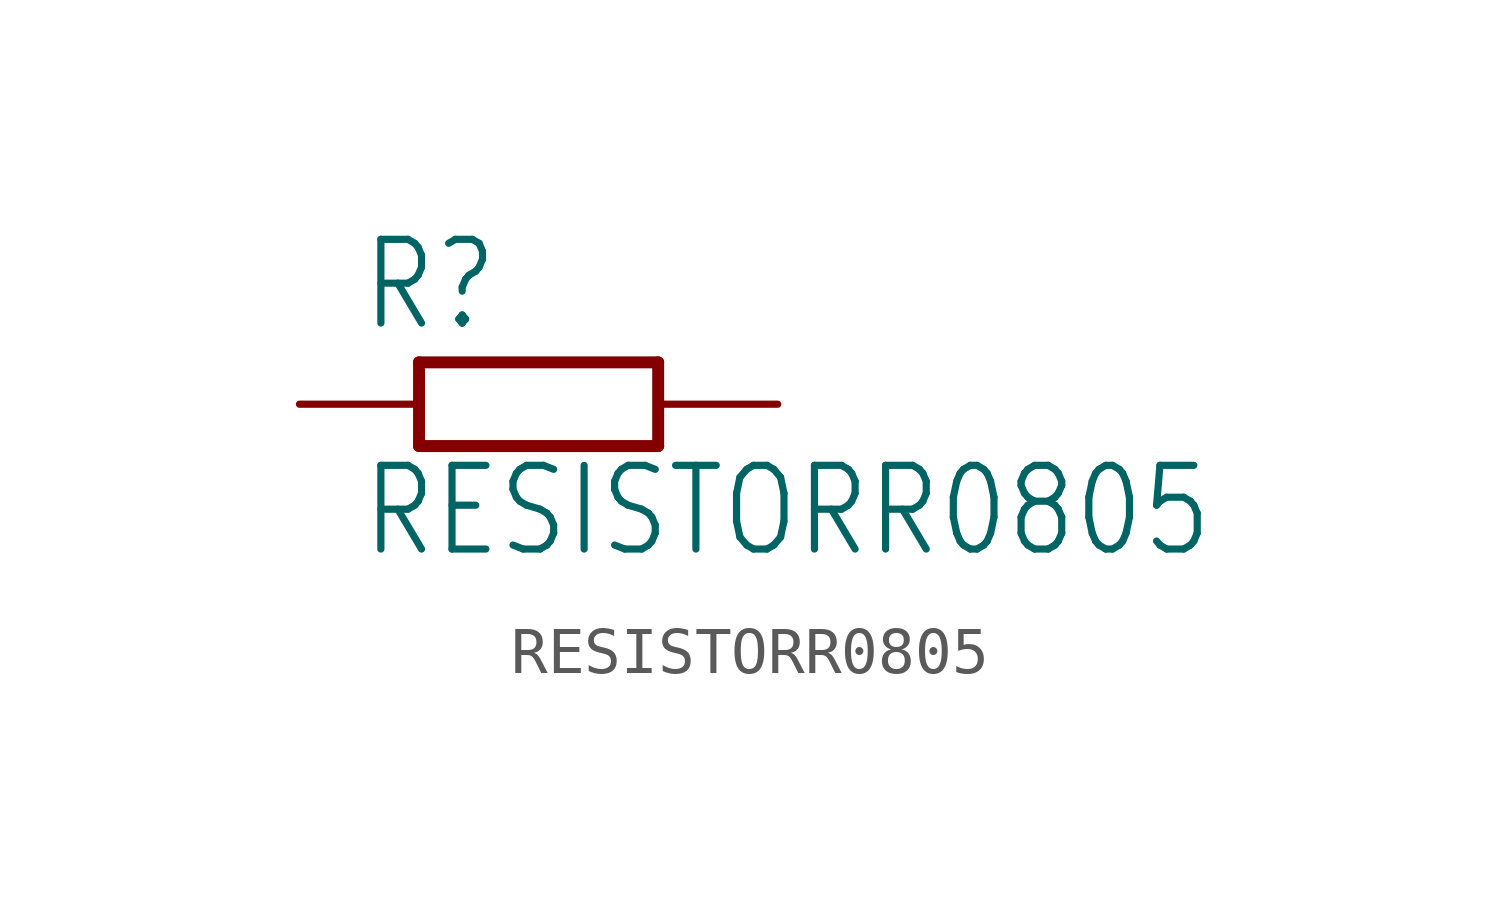
<source format=kicad_sym>
(kicad_symbol_lib
  (version 20211014)
  (generator kicad_symbol_editor)
  (symbol "RESISTORR0805"
    (property "Reference" "R"
      (at -3.81 1.499 0)
      (effects (font (size 1.778 1.511)) (justify left bottom)))
    (property "Value" "RESISTORR0805"
      (at -3.81 -3.302 0)
      (effects (font (size 1.778 1.511)) (justify left bottom)))
    (property "ki_locked" ""
      (at 0 0 0)
      (effects (font (size 1.27 1.27))))
    (symbol "RESISTORR0805_1_0"
      (polyline (pts (xy -2.54 -0.889) (xy -2.54 0.889)) (stroke (width 0.254) (type default) (color 0 0 0 0)) (fill (type none)))
      (polyline (pts (xy -2.54 -0.889) (xy 2.54 -0.889)) (stroke (width 0.254) (type default) (color 0 0 0 0)) (fill (type none)))
      (polyline (pts (xy 2.54 -0.889) (xy 2.54 0.889)) (stroke (width 0.254) (type default) (color 0 0 0 0)) (fill (type none)))
      (polyline (pts (xy 2.54 0.889) (xy -2.54 0.889)) (stroke (width 0.254) (type default) (color 0 0 0 0)) (fill (type none)))
      (pin passive line (at -5.08 0 0) (length 2.54) (name "1" (effects (font (size 0 0)))) (number "1" (effects (font (size 0 0)))))
      (pin passive line (at 5.08 0 180) (length 2.54) (name "2" (effects (font (size 0 0)))) (number "2" (effects (font (size 0 0))))))))
</source>
